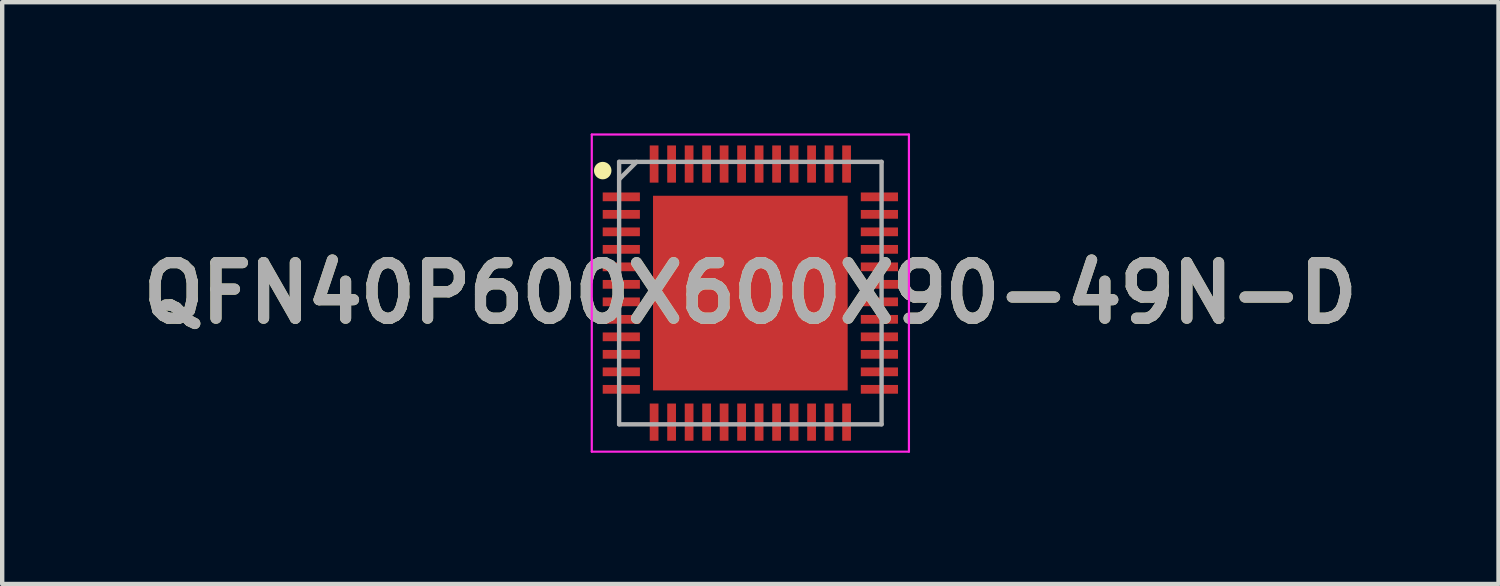
<source format=kicad_pcb>
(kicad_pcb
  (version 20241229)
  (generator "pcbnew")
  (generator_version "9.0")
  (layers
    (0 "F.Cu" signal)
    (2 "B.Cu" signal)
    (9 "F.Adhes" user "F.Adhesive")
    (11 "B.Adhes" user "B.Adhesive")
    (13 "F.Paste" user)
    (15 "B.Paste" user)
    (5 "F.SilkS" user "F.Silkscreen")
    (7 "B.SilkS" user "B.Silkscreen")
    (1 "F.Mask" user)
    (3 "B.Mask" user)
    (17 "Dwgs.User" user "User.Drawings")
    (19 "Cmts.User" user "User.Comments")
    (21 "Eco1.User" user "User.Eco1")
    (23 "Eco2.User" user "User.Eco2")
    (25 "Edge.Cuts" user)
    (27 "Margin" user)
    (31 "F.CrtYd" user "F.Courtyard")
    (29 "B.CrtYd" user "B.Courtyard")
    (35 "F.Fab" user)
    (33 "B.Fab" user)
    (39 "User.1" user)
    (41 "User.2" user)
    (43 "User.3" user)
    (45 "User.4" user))
  (footprint "QFN40P600X600X90-49N-D"
    (layer "F.Cu")
    (at 14.103 3.65)
    (property "Reference" "QFN40P600X600X90-49N-D" (at 0 0 0) (layer "F.SilkS") (effects (font (size 1.27 1.27) (thickness 0.254))))
    (attr smd)
    (fp_circle (center -3.375 -2.8) (end -3.375 -2.7) (stroke (width 0.2) (type solid)) (fill no) (layer "F.SilkS"))
    (fp_line (start -3.625 -3.625) (end 3.625 -3.625) (stroke (width 0.05) (type solid)) (layer "F.CrtYd"))
    (fp_line (start -3.625 3.625) (end -3.625 -3.625) (stroke (width 0.05) (type solid)) (layer "F.CrtYd"))
    (fp_line (start 3.625 -3.625) (end 3.625 3.625) (stroke (width 0.05) (type solid)) (layer "F.CrtYd"))
    (fp_line (start 3.625 3.625) (end -3.625 3.625) (stroke (width 0.05) (type solid)) (layer "F.CrtYd"))
    (fp_line (start -3 -3) (end 3 -3) (stroke (width 0.1) (type solid)) (layer "F.Fab"))
    (fp_line (start -3 -2.6) (end -2.6 -3) (stroke (width 0.1) (type solid)) (layer "F.Fab"))
    (fp_line (start -3 3) (end -3 -3) (stroke (width 0.1) (type solid)) (layer "F.Fab"))
    (fp_line (start 3 -3) (end 3 3) (stroke (width 0.1) (type solid)) (layer "F.Fab"))
    (fp_line (start 3 3) (end -3 3) (stroke (width 0.1) (type solid)) (layer "F.Fab"))
    (fp_text user "${REFERENCE}" (at 0 0 0) (layer "F.Fab") (effects (font (size 1.27 1.27) (thickness 0.254))))
    (pad "1" smd rect (at -2.95 -2.2 90) (size 0.2 0.85) (layers "F.Cu" "F.Mask" "F.Paste"))
    (pad "2" smd rect (at -2.95 -1.8 90) (size 0.2 0.85) (layers "F.Cu" "F.Mask" "F.Paste"))
    (pad "3" smd rect (at -2.95 -1.4 90) (size 0.2 0.85) (layers "F.Cu" "F.Mask" "F.Paste"))
    (pad "4" smd rect (at -2.95 -1 90) (size 0.2 0.85) (layers "F.Cu" "F.Mask" "F.Paste"))
    (pad "5" smd rect (at -2.95 -0.6 90) (size 0.2 0.85) (layers "F.Cu" "F.Mask" "F.Paste"))
    (pad "6" smd rect (at -2.95 -0.2 90) (size 0.2 0.85) (layers "F.Cu" "F.Mask" "F.Paste"))
    (pad "7" smd rect (at -2.95 0.2 90) (size 0.2 0.85) (layers "F.Cu" "F.Mask" "F.Paste"))
    (pad "8" smd rect (at -2.95 0.6 90) (size 0.2 0.85) (layers "F.Cu" "F.Mask" "F.Paste"))
    (pad "9" smd rect (at -2.95 1 90) (size 0.2 0.85) (layers "F.Cu" "F.Mask" "F.Paste"))
    (pad "10" smd rect (at -2.95 1.4 90) (size 0.2 0.85) (layers "F.Cu" "F.Mask" "F.Paste"))
    (pad "11" smd rect (at -2.95 1.8 90) (size 0.2 0.85) (layers "F.Cu" "F.Mask" "F.Paste"))
    (pad "12" smd rect (at -2.95 2.2 90) (size 0.2 0.85) (layers "F.Cu" "F.Mask" "F.Paste"))
    (pad "13" smd rect (at -2.2 2.95) (size 0.2 0.85) (layers "F.Cu" "F.Mask" "F.Paste"))
    (pad "14" smd rect (at -1.8 2.95) (size 0.2 0.85) (layers "F.Cu" "F.Mask" "F.Paste"))
    (pad "15" smd rect (at -1.4 2.95) (size 0.2 0.85) (layers "F.Cu" "F.Mask" "F.Paste"))
    (pad "16" smd rect (at -1 2.95) (size 0.2 0.85) (layers "F.Cu" "F.Mask" "F.Paste"))
    (pad "17" smd rect (at -0.6 2.95) (size 0.2 0.85) (layers "F.Cu" "F.Mask" "F.Paste"))
    (pad "18" smd rect (at -0.2 2.95) (size 0.2 0.85) (layers "F.Cu" "F.Mask" "F.Paste"))
    (pad "19" smd rect (at 0.2 2.95) (size 0.2 0.85) (layers "F.Cu" "F.Mask" "F.Paste"))
    (pad "20" smd rect (at 0.6 2.95) (size 0.2 0.85) (layers "F.Cu" "F.Mask" "F.Paste"))
    (pad "21" smd rect (at 1 2.95) (size 0.2 0.85) (layers "F.Cu" "F.Mask" "F.Paste"))
    (pad "22" smd rect (at 1.4 2.95) (size 0.2 0.85) (layers "F.Cu" "F.Mask" "F.Paste"))
    (pad "23" smd rect (at 1.8 2.95) (size 0.2 0.85) (layers "F.Cu" "F.Mask" "F.Paste"))
    (pad "24" smd rect (at 2.2 2.95) (size 0.2 0.85) (layers "F.Cu" "F.Mask" "F.Paste"))
    (pad "25" smd rect (at 2.95 2.2 90) (size 0.2 0.85) (layers "F.Cu" "F.Mask" "F.Paste"))
    (pad "26" smd rect (at 2.95 1.8 90) (size 0.2 0.85) (layers "F.Cu" "F.Mask" "F.Paste"))
    (pad "27" smd rect (at 2.95 1.4 90) (size 0.2 0.85) (layers "F.Cu" "F.Mask" "F.Paste"))
    (pad "28" smd rect (at 2.95 1 90) (size 0.2 0.85) (layers "F.Cu" "F.Mask" "F.Paste"))
    (pad "29" smd rect (at 2.95 0.6 90) (size 0.2 0.85) (layers "F.Cu" "F.Mask" "F.Paste"))
    (pad "30" smd rect (at 2.95 0.2 90) (size 0.2 0.85) (layers "F.Cu" "F.Mask" "F.Paste"))
    (pad "31" smd rect (at 2.95 -0.2 90) (size 0.2 0.85) (layers "F.Cu" "F.Mask" "F.Paste"))
    (pad "32" smd rect (at 2.95 -0.6 90) (size 0.2 0.85) (layers "F.Cu" "F.Mask" "F.Paste"))
    (pad "33" smd rect (at 2.95 -1 90) (size 0.2 0.85) (layers "F.Cu" "F.Mask" "F.Paste"))
    (pad "34" smd rect (at 2.95 -1.4 90) (size 0.2 0.85) (layers "F.Cu" "F.Mask" "F.Paste"))
    (pad "35" smd rect (at 2.95 -1.8 90) (size 0.2 0.85) (layers "F.Cu" "F.Mask" "F.Paste"))
    (pad "36" smd rect (at 2.95 -2.2 90) (size 0.2 0.85) (layers "F.Cu" "F.Mask" "F.Paste"))
    (pad "37" smd rect (at 2.2 -2.95) (size 0.2 0.85) (layers "F.Cu" "F.Mask" "F.Paste"))
    (pad "38" smd rect (at 1.8 -2.95) (size 0.2 0.85) (layers "F.Cu" "F.Mask" "F.Paste"))
    (pad "39" smd rect (at 1.4 -2.95) (size 0.2 0.85) (layers "F.Cu" "F.Mask" "F.Paste"))
    (pad "40" smd rect (at 1 -2.95) (size 0.2 0.85) (layers "F.Cu" "F.Mask" "F.Paste"))
    (pad "41" smd rect (at 0.6 -2.95) (size 0.2 0.85) (layers "F.Cu" "F.Mask" "F.Paste"))
    (pad "42" smd rect (at 0.2 -2.95) (size 0.2 0.85) (layers "F.Cu" "F.Mask" "F.Paste"))
    (pad "43" smd rect (at -0.2 -2.95) (size 0.2 0.85) (layers "F.Cu" "F.Mask" "F.Paste"))
    (pad "44" smd rect (at -0.6 -2.95) (size 0.2 0.85) (layers "F.Cu" "F.Mask" "F.Paste"))
    (pad "45" smd rect (at -1 -2.95) (size 0.2 0.85) (layers "F.Cu" "F.Mask" "F.Paste"))
    (pad "46" smd rect (at -1.4 -2.95) (size 0.2 0.85) (layers "F.Cu" "F.Mask" "F.Paste"))
    (pad "47" smd rect (at -1.8 -2.95) (size 0.2 0.85) (layers "F.Cu" "F.Mask" "F.Paste"))
    (pad "48" smd rect (at -2.2 -2.95) (size 0.2 0.85) (layers "F.Cu" "F.Mask" "F.Paste"))
    (pad "49" smd rect (at 0 0) (size 4.45 4.45) (layers "F.Cu" "F.Mask" "F.Paste")))
  (gr_rect
    (start -3 -3)
    (end 31.206 10.3)
    (stroke (width 0.1) (type default))
    (fill no)
    (layer "Edge.Cuts")))
</source>
